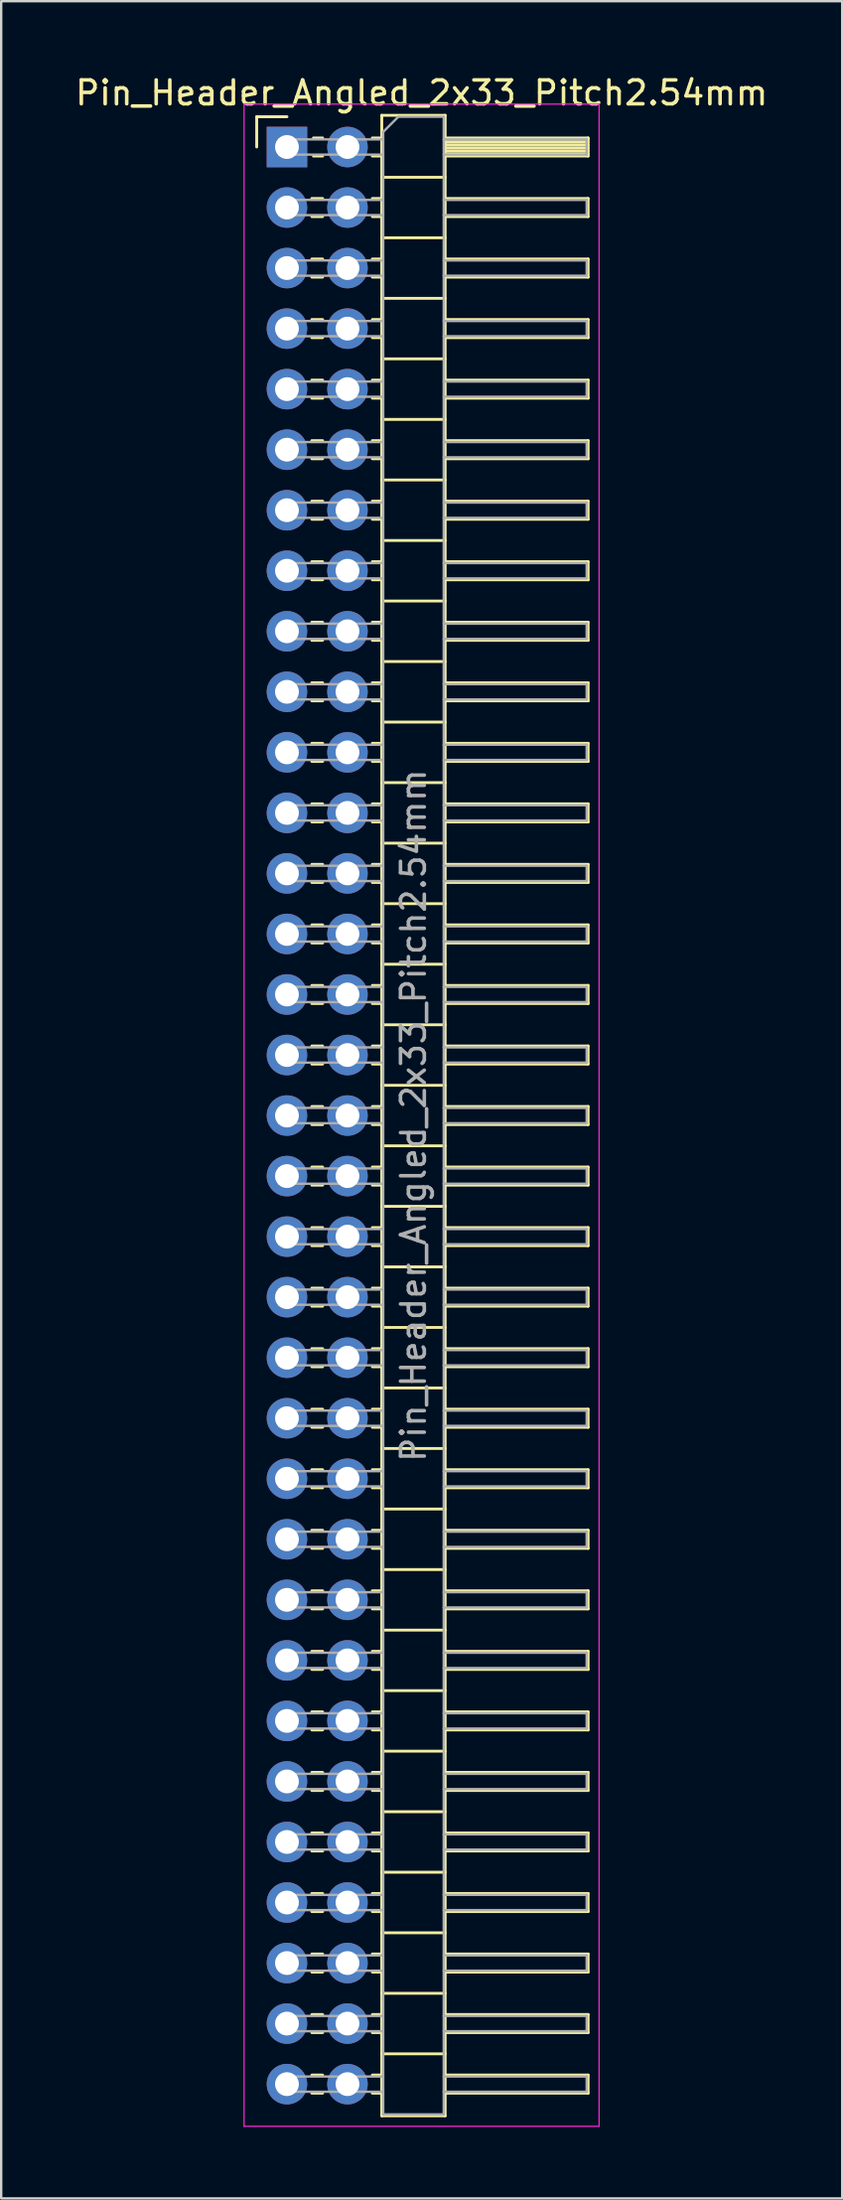
<source format=kicad_pcb>
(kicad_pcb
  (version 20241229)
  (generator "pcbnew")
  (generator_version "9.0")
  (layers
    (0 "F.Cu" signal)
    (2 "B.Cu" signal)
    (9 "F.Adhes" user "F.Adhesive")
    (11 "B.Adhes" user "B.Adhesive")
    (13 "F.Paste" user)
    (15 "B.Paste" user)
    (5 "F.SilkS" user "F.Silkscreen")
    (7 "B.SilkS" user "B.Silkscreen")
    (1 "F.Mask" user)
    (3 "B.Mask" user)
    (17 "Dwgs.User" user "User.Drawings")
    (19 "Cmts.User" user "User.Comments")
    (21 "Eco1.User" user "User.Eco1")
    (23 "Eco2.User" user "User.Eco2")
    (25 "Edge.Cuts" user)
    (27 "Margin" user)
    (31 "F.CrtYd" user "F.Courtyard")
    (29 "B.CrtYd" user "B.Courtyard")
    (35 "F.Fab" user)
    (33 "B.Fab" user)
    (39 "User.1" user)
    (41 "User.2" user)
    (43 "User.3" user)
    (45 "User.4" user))
  (footprint "Pin_Header_Angled_2x33_Pitch2.54mm"
    (layer "F.Cu")
    (at 8.994 3.118)
    (property "Reference" "Pin_Header_Angled_2x33_Pitch2.54mm" (at 5.655 -2.27 0) (layer "F.SilkS") (effects (font (size 1 1) (thickness 0.15))))
    (attr through_hole)
    (fp_line (start -1.27 -1.27) (end 0 -1.27) (stroke (width 0.12) (type solid)) (layer "F.SilkS"))
    (fp_line (start -1.27 0) (end -1.27 -1.27) (stroke (width 0.12) (type solid)) (layer "F.SilkS"))
    (fp_line (start 1.043 2.16) (end 1.497 2.16) (stroke (width 0.12) (type solid)) (layer "F.SilkS"))
    (fp_line (start 1.043 2.92) (end 1.497 2.92) (stroke (width 0.12) (type solid)) (layer "F.SilkS"))
    (fp_line (start 1.043 4.7) (end 1.497 4.7) (stroke (width 0.12) (type solid)) (layer "F.SilkS"))
    (fp_line (start 1.043 5.46) (end 1.497 5.46) (stroke (width 0.12) (type solid)) (layer "F.SilkS"))
    (fp_line (start 1.043 7.24) (end 1.497 7.24) (stroke (width 0.12) (type solid)) (layer "F.SilkS"))
    (fp_line (start 1.043 8) (end 1.497 8) (stroke (width 0.12) (type solid)) (layer "F.SilkS"))
    (fp_line (start 1.043 9.78) (end 1.497 9.78) (stroke (width 0.12) (type solid)) (layer "F.SilkS"))
    (fp_line (start 1.043 10.54) (end 1.497 10.54) (stroke (width 0.12) (type solid)) (layer "F.SilkS"))
    (fp_line (start 1.043 12.32) (end 1.497 12.32) (stroke (width 0.12) (type solid)) (layer "F.SilkS"))
    (fp_line (start 1.043 13.08) (end 1.497 13.08) (stroke (width 0.12) (type solid)) (layer "F.SilkS"))
    (fp_line (start 1.043 14.86) (end 1.497 14.86) (stroke (width 0.12) (type solid)) (layer "F.SilkS"))
    (fp_line (start 1.043 15.62) (end 1.497 15.62) (stroke (width 0.12) (type solid)) (layer "F.SilkS"))
    (fp_line (start 1.043 17.4) (end 1.497 17.4) (stroke (width 0.12) (type solid)) (layer "F.SilkS"))
    (fp_line (start 1.043 18.16) (end 1.497 18.16) (stroke (width 0.12) (type solid)) (layer "F.SilkS"))
    (fp_line (start 1.043 19.94) (end 1.497 19.94) (stroke (width 0.12) (type solid)) (layer "F.SilkS"))
    (fp_line (start 1.043 20.7) (end 1.497 20.7) (stroke (width 0.12) (type solid)) (layer "F.SilkS"))
    (fp_line (start 1.043 22.48) (end 1.497 22.48) (stroke (width 0.12) (type solid)) (layer "F.SilkS"))
    (fp_line (start 1.043 23.24) (end 1.497 23.24) (stroke (width 0.12) (type solid)) (layer "F.SilkS"))
    (fp_line (start 1.043 25.02) (end 1.497 25.02) (stroke (width 0.12) (type solid)) (layer "F.SilkS"))
    (fp_line (start 1.043 25.78) (end 1.497 25.78) (stroke (width 0.12) (type solid)) (layer "F.SilkS"))
    (fp_line (start 1.043 27.56) (end 1.497 27.56) (stroke (width 0.12) (type solid)) (layer "F.SilkS"))
    (fp_line (start 1.043 28.32) (end 1.497 28.32) (stroke (width 0.12) (type solid)) (layer "F.SilkS"))
    (fp_line (start 1.043 30.1) (end 1.497 30.1) (stroke (width 0.12) (type solid)) (layer "F.SilkS"))
    (fp_line (start 1.043 30.86) (end 1.497 30.86) (stroke (width 0.12) (type solid)) (layer "F.SilkS"))
    (fp_line (start 1.043 32.64) (end 1.497 32.64) (stroke (width 0.12) (type solid)) (layer "F.SilkS"))
    (fp_line (start 1.043 33.4) (end 1.497 33.4) (stroke (width 0.12) (type solid)) (layer "F.SilkS"))
    (fp_line (start 1.043 35.18) (end 1.497 35.18) (stroke (width 0.12) (type solid)) (layer "F.SilkS"))
    (fp_line (start 1.043 35.94) (end 1.497 35.94) (stroke (width 0.12) (type solid)) (layer "F.SilkS"))
    (fp_line (start 1.043 37.72) (end 1.497 37.72) (stroke (width 0.12) (type solid)) (layer "F.SilkS"))
    (fp_line (start 1.043 38.48) (end 1.497 38.48) (stroke (width 0.12) (type solid)) (layer "F.SilkS"))
    (fp_line (start 1.043 40.26) (end 1.497 40.26) (stroke (width 0.12) (type solid)) (layer "F.SilkS"))
    (fp_line (start 1.043 41.02) (end 1.497 41.02) (stroke (width 0.12) (type solid)) (layer "F.SilkS"))
    (fp_line (start 1.043 42.8) (end 1.497 42.8) (stroke (width 0.12) (type solid)) (layer "F.SilkS"))
    (fp_line (start 1.043 43.56) (end 1.497 43.56) (stroke (width 0.12) (type solid)) (layer "F.SilkS"))
    (fp_line (start 1.043 45.34) (end 1.497 45.34) (stroke (width 0.12) (type solid)) (layer "F.SilkS"))
    (fp_line (start 1.043 46.1) (end 1.497 46.1) (stroke (width 0.12) (type solid)) (layer "F.SilkS"))
    (fp_line (start 1.043 47.88) (end 1.497 47.88) (stroke (width 0.12) (type solid)) (layer "F.SilkS"))
    (fp_line (start 1.043 48.64) (end 1.497 48.64) (stroke (width 0.12) (type solid)) (layer "F.SilkS"))
    (fp_line (start 1.043 50.42) (end 1.497 50.42) (stroke (width 0.12) (type solid)) (layer "F.SilkS"))
    (fp_line (start 1.043 51.18) (end 1.497 51.18) (stroke (width 0.12) (type solid)) (layer "F.SilkS"))
    (fp_line (start 1.043 52.96) (end 1.497 52.96) (stroke (width 0.12) (type solid)) (layer "F.SilkS"))
    (fp_line (start 1.043 53.72) (end 1.497 53.72) (stroke (width 0.12) (type solid)) (layer "F.SilkS"))
    (fp_line (start 1.043 55.5) (end 1.497 55.5) (stroke (width 0.12) (type solid)) (layer "F.SilkS"))
    (fp_line (start 1.043 56.26) (end 1.497 56.26) (stroke (width 0.12) (type solid)) (layer "F.SilkS"))
    (fp_line (start 1.043 58.04) (end 1.497 58.04) (stroke (width 0.12) (type solid)) (layer "F.SilkS"))
    (fp_line (start 1.043 58.8) (end 1.497 58.8) (stroke (width 0.12) (type solid)) (layer "F.SilkS"))
    (fp_line (start 1.043 60.58) (end 1.497 60.58) (stroke (width 0.12) (type solid)) (layer "F.SilkS"))
    (fp_line (start 1.043 61.34) (end 1.497 61.34) (stroke (width 0.12) (type solid)) (layer "F.SilkS"))
    (fp_line (start 1.043 63.12) (end 1.497 63.12) (stroke (width 0.12) (type solid)) (layer "F.SilkS"))
    (fp_line (start 1.043 63.88) (end 1.497 63.88) (stroke (width 0.12) (type solid)) (layer "F.SilkS"))
    (fp_line (start 1.043 65.66) (end 1.497 65.66) (stroke (width 0.12) (type solid)) (layer "F.SilkS"))
    (fp_line (start 1.043 66.42) (end 1.497 66.42) (stroke (width 0.12) (type solid)) (layer "F.SilkS"))
    (fp_line (start 1.043 68.2) (end 1.497 68.2) (stroke (width 0.12) (type solid)) (layer "F.SilkS"))
    (fp_line (start 1.043 68.96) (end 1.497 68.96) (stroke (width 0.12) (type solid)) (layer "F.SilkS"))
    (fp_line (start 1.043 70.74) (end 1.497 70.74) (stroke (width 0.12) (type solid)) (layer "F.SilkS"))
    (fp_line (start 1.043 71.5) (end 1.497 71.5) (stroke (width 0.12) (type solid)) (layer "F.SilkS"))
    (fp_line (start 1.043 73.28) (end 1.497 73.28) (stroke (width 0.12) (type solid)) (layer "F.SilkS"))
    (fp_line (start 1.043 74.04) (end 1.497 74.04) (stroke (width 0.12) (type solid)) (layer "F.SilkS"))
    (fp_line (start 1.043 75.82) (end 1.497 75.82) (stroke (width 0.12) (type solid)) (layer "F.SilkS"))
    (fp_line (start 1.043 76.58) (end 1.497 76.58) (stroke (width 0.12) (type solid)) (layer "F.SilkS"))
    (fp_line (start 1.043 78.36) (end 1.497 78.36) (stroke (width 0.12) (type solid)) (layer "F.SilkS"))
    (fp_line (start 1.043 79.12) (end 1.497 79.12) (stroke (width 0.12) (type solid)) (layer "F.SilkS"))
    (fp_line (start 1.043 80.9) (end 1.497 80.9) (stroke (width 0.12) (type solid)) (layer "F.SilkS"))
    (fp_line (start 1.043 81.66) (end 1.497 81.66) (stroke (width 0.12) (type solid)) (layer "F.SilkS"))
    (fp_line (start 1.11 -0.38) (end 1.497 -0.38) (stroke (width 0.12) (type solid)) (layer "F.SilkS"))
    (fp_line (start 1.11 0.38) (end 1.497 0.38) (stroke (width 0.12) (type solid)) (layer "F.SilkS"))
    (fp_line (start 3.583 -0.38) (end 3.98 -0.38) (stroke (width 0.12) (type solid)) (layer "F.SilkS"))
    (fp_line (start 3.583 0.38) (end 3.98 0.38) (stroke (width 0.12) (type solid)) (layer "F.SilkS"))
    (fp_line (start 3.583 2.16) (end 3.98 2.16) (stroke (width 0.12) (type solid)) (layer "F.SilkS"))
    (fp_line (start 3.583 2.92) (end 3.98 2.92) (stroke (width 0.12) (type solid)) (layer "F.SilkS"))
    (fp_line (start 3.583 4.7) (end 3.98 4.7) (stroke (width 0.12) (type solid)) (layer "F.SilkS"))
    (fp_line (start 3.583 5.46) (end 3.98 5.46) (stroke (width 0.12) (type solid)) (layer "F.SilkS"))
    (fp_line (start 3.583 7.24) (end 3.98 7.24) (stroke (width 0.12) (type solid)) (layer "F.SilkS"))
    (fp_line (start 3.583 8) (end 3.98 8) (stroke (width 0.12) (type solid)) (layer "F.SilkS"))
    (fp_line (start 3.583 9.78) (end 3.98 9.78) (stroke (width 0.12) (type solid)) (layer "F.SilkS"))
    (fp_line (start 3.583 10.54) (end 3.98 10.54) (stroke (width 0.12) (type solid)) (layer "F.SilkS"))
    (fp_line (start 3.583 12.32) (end 3.98 12.32) (stroke (width 0.12) (type solid)) (layer "F.SilkS"))
    (fp_line (start 3.583 13.08) (end 3.98 13.08) (stroke (width 0.12) (type solid)) (layer "F.SilkS"))
    (fp_line (start 3.583 14.86) (end 3.98 14.86) (stroke (width 0.12) (type solid)) (layer "F.SilkS"))
    (fp_line (start 3.583 15.62) (end 3.98 15.62) (stroke (width 0.12) (type solid)) (layer "F.SilkS"))
    (fp_line (start 3.583 17.4) (end 3.98 17.4) (stroke (width 0.12) (type solid)) (layer "F.SilkS"))
    (fp_line (start 3.583 18.16) (end 3.98 18.16) (stroke (width 0.12) (type solid)) (layer "F.SilkS"))
    (fp_line (start 3.583 19.94) (end 3.98 19.94) (stroke (width 0.12) (type solid)) (layer "F.SilkS"))
    (fp_line (start 3.583 20.7) (end 3.98 20.7) (stroke (width 0.12) (type solid)) (layer "F.SilkS"))
    (fp_line (start 3.583 22.48) (end 3.98 22.48) (stroke (width 0.12) (type solid)) (layer "F.SilkS"))
    (fp_line (start 3.583 23.24) (end 3.98 23.24) (stroke (width 0.12) (type solid)) (layer "F.SilkS"))
    (fp_line (start 3.583 25.02) (end 3.98 25.02) (stroke (width 0.12) (type solid)) (layer "F.SilkS"))
    (fp_line (start 3.583 25.78) (end 3.98 25.78) (stroke (width 0.12) (type solid)) (layer "F.SilkS"))
    (fp_line (start 3.583 27.56) (end 3.98 27.56) (stroke (width 0.12) (type solid)) (layer "F.SilkS"))
    (fp_line (start 3.583 28.32) (end 3.98 28.32) (stroke (width 0.12) (type solid)) (layer "F.SilkS"))
    (fp_line (start 3.583 30.1) (end 3.98 30.1) (stroke (width 0.12) (type solid)) (layer "F.SilkS"))
    (fp_line (start 3.583 30.86) (end 3.98 30.86) (stroke (width 0.12) (type solid)) (layer "F.SilkS"))
    (fp_line (start 3.583 32.64) (end 3.98 32.64) (stroke (width 0.12) (type solid)) (layer "F.SilkS"))
    (fp_line (start 3.583 33.4) (end 3.98 33.4) (stroke (width 0.12) (type solid)) (layer "F.SilkS"))
    (fp_line (start 3.583 35.18) (end 3.98 35.18) (stroke (width 0.12) (type solid)) (layer "F.SilkS"))
    (fp_line (start 3.583 35.94) (end 3.98 35.94) (stroke (width 0.12) (type solid)) (layer "F.SilkS"))
    (fp_line (start 3.583 37.72) (end 3.98 37.72) (stroke (width 0.12) (type solid)) (layer "F.SilkS"))
    (fp_line (start 3.583 38.48) (end 3.98 38.48) (stroke (width 0.12) (type solid)) (layer "F.SilkS"))
    (fp_line (start 3.583 40.26) (end 3.98 40.26) (stroke (width 0.12) (type solid)) (layer "F.SilkS"))
    (fp_line (start 3.583 41.02) (end 3.98 41.02) (stroke (width 0.12) (type solid)) (layer "F.SilkS"))
    (fp_line (start 3.583 42.8) (end 3.98 42.8) (stroke (width 0.12) (type solid)) (layer "F.SilkS"))
    (fp_line (start 3.583 43.56) (end 3.98 43.56) (stroke (width 0.12) (type solid)) (layer "F.SilkS"))
    (fp_line (start 3.583 45.34) (end 3.98 45.34) (stroke (width 0.12) (type solid)) (layer "F.SilkS"))
    (fp_line (start 3.583 46.1) (end 3.98 46.1) (stroke (width 0.12) (type solid)) (layer "F.SilkS"))
    (fp_line (start 3.583 47.88) (end 3.98 47.88) (stroke (width 0.12) (type solid)) (layer "F.SilkS"))
    (fp_line (start 3.583 48.64) (end 3.98 48.64) (stroke (width 0.12) (type solid)) (layer "F.SilkS"))
    (fp_line (start 3.583 50.42) (end 3.98 50.42) (stroke (width 0.12) (type solid)) (layer "F.SilkS"))
    (fp_line (start 3.583 51.18) (end 3.98 51.18) (stroke (width 0.12) (type solid)) (layer "F.SilkS"))
    (fp_line (start 3.583 52.96) (end 3.98 52.96) (stroke (width 0.12) (type solid)) (layer "F.SilkS"))
    (fp_line (start 3.583 53.72) (end 3.98 53.72) (stroke (width 0.12) (type solid)) (layer "F.SilkS"))
    (fp_line (start 3.583 55.5) (end 3.98 55.5) (stroke (width 0.12) (type solid)) (layer "F.SilkS"))
    (fp_line (start 3.583 56.26) (end 3.98 56.26) (stroke (width 0.12) (type solid)) (layer "F.SilkS"))
    (fp_line (start 3.583 58.04) (end 3.98 58.04) (stroke (width 0.12) (type solid)) (layer "F.SilkS"))
    (fp_line (start 3.583 58.8) (end 3.98 58.8) (stroke (width 0.12) (type solid)) (layer "F.SilkS"))
    (fp_line (start 3.583 60.58) (end 3.98 60.58) (stroke (width 0.12) (type solid)) (layer "F.SilkS"))
    (fp_line (start 3.583 61.34) (end 3.98 61.34) (stroke (width 0.12) (type solid)) (layer "F.SilkS"))
    (fp_line (start 3.583 63.12) (end 3.98 63.12) (stroke (width 0.12) (type solid)) (layer "F.SilkS"))
    (fp_line (start 3.583 63.88) (end 3.98 63.88) (stroke (width 0.12) (type solid)) (layer "F.SilkS"))
    (fp_line (start 3.583 65.66) (end 3.98 65.66) (stroke (width 0.12) (type solid)) (layer "F.SilkS"))
    (fp_line (start 3.583 66.42) (end 3.98 66.42) (stroke (width 0.12) (type solid)) (layer "F.SilkS"))
    (fp_line (start 3.583 68.2) (end 3.98 68.2) (stroke (width 0.12) (type solid)) (layer "F.SilkS"))
    (fp_line (start 3.583 68.96) (end 3.98 68.96) (stroke (width 0.12) (type solid)) (layer "F.SilkS"))
    (fp_line (start 3.583 70.74) (end 3.98 70.74) (stroke (width 0.12) (type solid)) (layer "F.SilkS"))
    (fp_line (start 3.583 71.5) (end 3.98 71.5) (stroke (width 0.12) (type solid)) (layer "F.SilkS"))
    (fp_line (start 3.583 73.28) (end 3.98 73.28) (stroke (width 0.12) (type solid)) (layer "F.SilkS"))
    (fp_line (start 3.583 74.04) (end 3.98 74.04) (stroke (width 0.12) (type solid)) (layer "F.SilkS"))
    (fp_line (start 3.583 75.82) (end 3.98 75.82) (stroke (width 0.12) (type solid)) (layer "F.SilkS"))
    (fp_line (start 3.583 76.58) (end 3.98 76.58) (stroke (width 0.12) (type solid)) (layer "F.SilkS"))
    (fp_line (start 3.583 78.36) (end 3.98 78.36) (stroke (width 0.12) (type solid)) (layer "F.SilkS"))
    (fp_line (start 3.583 79.12) (end 3.98 79.12) (stroke (width 0.12) (type solid)) (layer "F.SilkS"))
    (fp_line (start 3.583 80.9) (end 3.98 80.9) (stroke (width 0.12) (type solid)) (layer "F.SilkS"))
    (fp_line (start 3.583 81.66) (end 3.98 81.66) (stroke (width 0.12) (type solid)) (layer "F.SilkS"))
    (fp_line (start 3.98 -1.33) (end 3.98 82.61) (stroke (width 0.12) (type solid)) (layer "F.SilkS"))
    (fp_line (start 3.98 1.27) (end 6.64 1.27) (stroke (width 0.12) (type solid)) (layer "F.SilkS"))
    (fp_line (start 3.98 3.81) (end 6.64 3.81) (stroke (width 0.12) (type solid)) (layer "F.SilkS"))
    (fp_line (start 3.98 6.35) (end 6.64 6.35) (stroke (width 0.12) (type solid)) (layer "F.SilkS"))
    (fp_line (start 3.98 8.89) (end 6.64 8.89) (stroke (width 0.12) (type solid)) (layer "F.SilkS"))
    (fp_line (start 3.98 11.43) (end 6.64 11.43) (stroke (width 0.12) (type solid)) (layer "F.SilkS"))
    (fp_line (start 3.98 13.97) (end 6.64 13.97) (stroke (width 0.12) (type solid)) (layer "F.SilkS"))
    (fp_line (start 3.98 16.51) (end 6.64 16.51) (stroke (width 0.12) (type solid)) (layer "F.SilkS"))
    (fp_line (start 3.98 19.05) (end 6.64 19.05) (stroke (width 0.12) (type solid)) (layer "F.SilkS"))
    (fp_line (start 3.98 21.59) (end 6.64 21.59) (stroke (width 0.12) (type solid)) (layer "F.SilkS"))
    (fp_line (start 3.98 24.13) (end 6.64 24.13) (stroke (width 0.12) (type solid)) (layer "F.SilkS"))
    (fp_line (start 3.98 26.67) (end 6.64 26.67) (stroke (width 0.12) (type solid)) (layer "F.SilkS"))
    (fp_line (start 3.98 29.21) (end 6.64 29.21) (stroke (width 0.12) (type solid)) (layer "F.SilkS"))
    (fp_line (start 3.98 31.75) (end 6.64 31.75) (stroke (width 0.12) (type solid)) (layer "F.SilkS"))
    (fp_line (start 3.98 34.29) (end 6.64 34.29) (stroke (width 0.12) (type solid)) (layer "F.SilkS"))
    (fp_line (start 3.98 36.83) (end 6.64 36.83) (stroke (width 0.12) (type solid)) (layer "F.SilkS"))
    (fp_line (start 3.98 39.37) (end 6.64 39.37) (stroke (width 0.12) (type solid)) (layer "F.SilkS"))
    (fp_line (start 3.98 41.91) (end 6.64 41.91) (stroke (width 0.12) (type solid)) (layer "F.SilkS"))
    (fp_line (start 3.98 44.45) (end 6.64 44.45) (stroke (width 0.12) (type solid)) (layer "F.SilkS"))
    (fp_line (start 3.98 46.99) (end 6.64 46.99) (stroke (width 0.12) (type solid)) (layer "F.SilkS"))
    (fp_line (start 3.98 49.53) (end 6.64 49.53) (stroke (width 0.12) (type solid)) (layer "F.SilkS"))
    (fp_line (start 3.98 52.07) (end 6.64 52.07) (stroke (width 0.12) (type solid)) (layer "F.SilkS"))
    (fp_line (start 3.98 54.61) (end 6.64 54.61) (stroke (width 0.12) (type solid)) (layer "F.SilkS"))
    (fp_line (start 3.98 57.15) (end 6.64 57.15) (stroke (width 0.12) (type solid)) (layer "F.SilkS"))
    (fp_line (start 3.98 59.69) (end 6.64 59.69) (stroke (width 0.12) (type solid)) (layer "F.SilkS"))
    (fp_line (start 3.98 62.23) (end 6.64 62.23) (stroke (width 0.12) (type solid)) (layer "F.SilkS"))
    (fp_line (start 3.98 64.77) (end 6.64 64.77) (stroke (width 0.12) (type solid)) (layer "F.SilkS"))
    (fp_line (start 3.98 67.31) (end 6.64 67.31) (stroke (width 0.12) (type solid)) (layer "F.SilkS"))
    (fp_line (start 3.98 69.85) (end 6.64 69.85) (stroke (width 0.12) (type solid)) (layer "F.SilkS"))
    (fp_line (start 3.98 72.39) (end 6.64 72.39) (stroke (width 0.12) (type solid)) (layer "F.SilkS"))
    (fp_line (start 3.98 74.93) (end 6.64 74.93) (stroke (width 0.12) (type solid)) (layer "F.SilkS"))
    (fp_line (start 3.98 77.47) (end 6.64 77.47) (stroke (width 0.12) (type solid)) (layer "F.SilkS"))
    (fp_line (start 3.98 80.01) (end 6.64 80.01) (stroke (width 0.12) (type solid)) (layer "F.SilkS"))
    (fp_line (start 3.98 82.61) (end 6.64 82.61) (stroke (width 0.12) (type solid)) (layer "F.SilkS"))
    (fp_line (start 6.64 -1.33) (end 3.98 -1.33) (stroke (width 0.12) (type solid)) (layer "F.SilkS"))
    (fp_line (start 6.64 -0.38) (end 12.64 -0.38) (stroke (width 0.12) (type solid)) (layer "F.SilkS"))
    (fp_line (start 6.64 -0.32) (end 12.64 -0.32) (stroke (width 0.12) (type solid)) (layer "F.SilkS"))
    (fp_line (start 6.64 -0.2) (end 12.64 -0.2) (stroke (width 0.12) (type solid)) (layer "F.SilkS"))
    (fp_line (start 6.64 -0.08) (end 12.64 -0.08) (stroke (width 0.12) (type solid)) (layer "F.SilkS"))
    (fp_line (start 6.64 0.04) (end 12.64 0.04) (stroke (width 0.12) (type solid)) (layer "F.SilkS"))
    (fp_line (start 6.64 0.16) (end 12.64 0.16) (stroke (width 0.12) (type solid)) (layer "F.SilkS"))
    (fp_line (start 6.64 0.28) (end 12.64 0.28) (stroke (width 0.12) (type solid)) (layer "F.SilkS"))
    (fp_line (start 6.64 2.16) (end 12.64 2.16) (stroke (width 0.12) (type solid)) (layer "F.SilkS"))
    (fp_line (start 6.64 4.7) (end 12.64 4.7) (stroke (width 0.12) (type solid)) (layer "F.SilkS"))
    (fp_line (start 6.64 7.24) (end 12.64 7.24) (stroke (width 0.12) (type solid)) (layer "F.SilkS"))
    (fp_line (start 6.64 9.78) (end 12.64 9.78) (stroke (width 0.12) (type solid)) (layer "F.SilkS"))
    (fp_line (start 6.64 12.32) (end 12.64 12.32) (stroke (width 0.12) (type solid)) (layer "F.SilkS"))
    (fp_line (start 6.64 14.86) (end 12.64 14.86) (stroke (width 0.12) (type solid)) (layer "F.SilkS"))
    (fp_line (start 6.64 17.4) (end 12.64 17.4) (stroke (width 0.12) (type solid)) (layer "F.SilkS"))
    (fp_line (start 6.64 19.94) (end 12.64 19.94) (stroke (width 0.12) (type solid)) (layer "F.SilkS"))
    (fp_line (start 6.64 22.48) (end 12.64 22.48) (stroke (width 0.12) (type solid)) (layer "F.SilkS"))
    (fp_line (start 6.64 25.02) (end 12.64 25.02) (stroke (width 0.12) (type solid)) (layer "F.SilkS"))
    (fp_line (start 6.64 27.56) (end 12.64 27.56) (stroke (width 0.12) (type solid)) (layer "F.SilkS"))
    (fp_line (start 6.64 30.1) (end 12.64 30.1) (stroke (width 0.12) (type solid)) (layer "F.SilkS"))
    (fp_line (start 6.64 32.64) (end 12.64 32.64) (stroke (width 0.12) (type solid)) (layer "F.SilkS"))
    (fp_line (start 6.64 35.18) (end 12.64 35.18) (stroke (width 0.12) (type solid)) (layer "F.SilkS"))
    (fp_line (start 6.64 37.72) (end 12.64 37.72) (stroke (width 0.12) (type solid)) (layer "F.SilkS"))
    (fp_line (start 6.64 40.26) (end 12.64 40.26) (stroke (width 0.12) (type solid)) (layer "F.SilkS"))
    (fp_line (start 6.64 42.8) (end 12.64 42.8) (stroke (width 0.12) (type solid)) (layer "F.SilkS"))
    (fp_line (start 6.64 45.34) (end 12.64 45.34) (stroke (width 0.12) (type solid)) (layer "F.SilkS"))
    (fp_line (start 6.64 47.88) (end 12.64 47.88) (stroke (width 0.12) (type solid)) (layer "F.SilkS"))
    (fp_line (start 6.64 50.42) (end 12.64 50.42) (stroke (width 0.12) (type solid)) (layer "F.SilkS"))
    (fp_line (start 6.64 52.96) (end 12.64 52.96) (stroke (width 0.12) (type solid)) (layer "F.SilkS"))
    (fp_line (start 6.64 55.5) (end 12.64 55.5) (stroke (width 0.12) (type solid)) (layer "F.SilkS"))
    (fp_line (start 6.64 58.04) (end 12.64 58.04) (stroke (width 0.12) (type solid)) (layer "F.SilkS"))
    (fp_line (start 6.64 60.58) (end 12.64 60.58) (stroke (width 0.12) (type solid)) (layer "F.SilkS"))
    (fp_line (start 6.64 63.12) (end 12.64 63.12) (stroke (width 0.12) (type solid)) (layer "F.SilkS"))
    (fp_line (start 6.64 65.66) (end 12.64 65.66) (stroke (width 0.12) (type solid)) (layer "F.SilkS"))
    (fp_line (start 6.64 68.2) (end 12.64 68.2) (stroke (width 0.12) (type solid)) (layer "F.SilkS"))
    (fp_line (start 6.64 70.74) (end 12.64 70.74) (stroke (width 0.12) (type solid)) (layer "F.SilkS"))
    (fp_line (start 6.64 73.28) (end 12.64 73.28) (stroke (width 0.12) (type solid)) (layer "F.SilkS"))
    (fp_line (start 6.64 75.82) (end 12.64 75.82) (stroke (width 0.12) (type solid)) (layer "F.SilkS"))
    (fp_line (start 6.64 78.36) (end 12.64 78.36) (stroke (width 0.12) (type solid)) (layer "F.SilkS"))
    (fp_line (start 6.64 80.9) (end 12.64 80.9) (stroke (width 0.12) (type solid)) (layer "F.SilkS"))
    (fp_line (start 6.64 82.61) (end 6.64 -1.33) (stroke (width 0.12) (type solid)) (layer "F.SilkS"))
    (fp_line (start 12.64 -0.38) (end 12.64 0.38) (stroke (width 0.12) (type solid)) (layer "F.SilkS"))
    (fp_line (start 12.64 0.38) (end 6.64 0.38) (stroke (width 0.12) (type solid)) (layer "F.SilkS"))
    (fp_line (start 12.64 2.16) (end 12.64 2.92) (stroke (width 0.12) (type solid)) (layer "F.SilkS"))
    (fp_line (start 12.64 2.92) (end 6.64 2.92) (stroke (width 0.12) (type solid)) (layer "F.SilkS"))
    (fp_line (start 12.64 4.7) (end 12.64 5.46) (stroke (width 0.12) (type solid)) (layer "F.SilkS"))
    (fp_line (start 12.64 5.46) (end 6.64 5.46) (stroke (width 0.12) (type solid)) (layer "F.SilkS"))
    (fp_line (start 12.64 7.24) (end 12.64 8) (stroke (width 0.12) (type solid)) (layer "F.SilkS"))
    (fp_line (start 12.64 8) (end 6.64 8) (stroke (width 0.12) (type solid)) (layer "F.SilkS"))
    (fp_line (start 12.64 9.78) (end 12.64 10.54) (stroke (width 0.12) (type solid)) (layer "F.SilkS"))
    (fp_line (start 12.64 10.54) (end 6.64 10.54) (stroke (width 0.12) (type solid)) (layer "F.SilkS"))
    (fp_line (start 12.64 12.32) (end 12.64 13.08) (stroke (width 0.12) (type solid)) (layer "F.SilkS"))
    (fp_line (start 12.64 13.08) (end 6.64 13.08) (stroke (width 0.12) (type solid)) (layer "F.SilkS"))
    (fp_line (start 12.64 14.86) (end 12.64 15.62) (stroke (width 0.12) (type solid)) (layer "F.SilkS"))
    (fp_line (start 12.64 15.62) (end 6.64 15.62) (stroke (width 0.12) (type solid)) (layer "F.SilkS"))
    (fp_line (start 12.64 17.4) (end 12.64 18.16) (stroke (width 0.12) (type solid)) (layer "F.SilkS"))
    (fp_line (start 12.64 18.16) (end 6.64 18.16) (stroke (width 0.12) (type solid)) (layer "F.SilkS"))
    (fp_line (start 12.64 19.94) (end 12.64 20.7) (stroke (width 0.12) (type solid)) (layer "F.SilkS"))
    (fp_line (start 12.64 20.7) (end 6.64 20.7) (stroke (width 0.12) (type solid)) (layer "F.SilkS"))
    (fp_line (start 12.64 22.48) (end 12.64 23.24) (stroke (width 0.12) (type solid)) (layer "F.SilkS"))
    (fp_line (start 12.64 23.24) (end 6.64 23.24) (stroke (width 0.12) (type solid)) (layer "F.SilkS"))
    (fp_line (start 12.64 25.02) (end 12.64 25.78) (stroke (width 0.12) (type solid)) (layer "F.SilkS"))
    (fp_line (start 12.64 25.78) (end 6.64 25.78) (stroke (width 0.12) (type solid)) (layer "F.SilkS"))
    (fp_line (start 12.64 27.56) (end 12.64 28.32) (stroke (width 0.12) (type solid)) (layer "F.SilkS"))
    (fp_line (start 12.64 28.32) (end 6.64 28.32) (stroke (width 0.12) (type solid)) (layer "F.SilkS"))
    (fp_line (start 12.64 30.1) (end 12.64 30.86) (stroke (width 0.12) (type solid)) (layer "F.SilkS"))
    (fp_line (start 12.64 30.86) (end 6.64 30.86) (stroke (width 0.12) (type solid)) (layer "F.SilkS"))
    (fp_line (start 12.64 32.64) (end 12.64 33.4) (stroke (width 0.12) (type solid)) (layer "F.SilkS"))
    (fp_line (start 12.64 33.4) (end 6.64 33.4) (stroke (width 0.12) (type solid)) (layer "F.SilkS"))
    (fp_line (start 12.64 35.18) (end 12.64 35.94) (stroke (width 0.12) (type solid)) (layer "F.SilkS"))
    (fp_line (start 12.64 35.94) (end 6.64 35.94) (stroke (width 0.12) (type solid)) (layer "F.SilkS"))
    (fp_line (start 12.64 37.72) (end 12.64 38.48) (stroke (width 0.12) (type solid)) (layer "F.SilkS"))
    (fp_line (start 12.64 38.48) (end 6.64 38.48) (stroke (width 0.12) (type solid)) (layer "F.SilkS"))
    (fp_line (start 12.64 40.26) (end 12.64 41.02) (stroke (width 0.12) (type solid)) (layer "F.SilkS"))
    (fp_line (start 12.64 41.02) (end 6.64 41.02) (stroke (width 0.12) (type solid)) (layer "F.SilkS"))
    (fp_line (start 12.64 42.8) (end 12.64 43.56) (stroke (width 0.12) (type solid)) (layer "F.SilkS"))
    (fp_line (start 12.64 43.56) (end 6.64 43.56) (stroke (width 0.12) (type solid)) (layer "F.SilkS"))
    (fp_line (start 12.64 45.34) (end 12.64 46.1) (stroke (width 0.12) (type solid)) (layer "F.SilkS"))
    (fp_line (start 12.64 46.1) (end 6.64 46.1) (stroke (width 0.12) (type solid)) (layer "F.SilkS"))
    (fp_line (start 12.64 47.88) (end 12.64 48.64) (stroke (width 0.12) (type solid)) (layer "F.SilkS"))
    (fp_line (start 12.64 48.64) (end 6.64 48.64) (stroke (width 0.12) (type solid)) (layer "F.SilkS"))
    (fp_line (start 12.64 50.42) (end 12.64 51.18) (stroke (width 0.12) (type solid)) (layer "F.SilkS"))
    (fp_line (start 12.64 51.18) (end 6.64 51.18) (stroke (width 0.12) (type solid)) (layer "F.SilkS"))
    (fp_line (start 12.64 52.96) (end 12.64 53.72) (stroke (width 0.12) (type solid)) (layer "F.SilkS"))
    (fp_line (start 12.64 53.72) (end 6.64 53.72) (stroke (width 0.12) (type solid)) (layer "F.SilkS"))
    (fp_line (start 12.64 55.5) (end 12.64 56.26) (stroke (width 0.12) (type solid)) (layer "F.SilkS"))
    (fp_line (start 12.64 56.26) (end 6.64 56.26) (stroke (width 0.12) (type solid)) (layer "F.SilkS"))
    (fp_line (start 12.64 58.04) (end 12.64 58.8) (stroke (width 0.12) (type solid)) (layer "F.SilkS"))
    (fp_line (start 12.64 58.8) (end 6.64 58.8) (stroke (width 0.12) (type solid)) (layer "F.SilkS"))
    (fp_line (start 12.64 60.58) (end 12.64 61.34) (stroke (width 0.12) (type solid)) (layer "F.SilkS"))
    (fp_line (start 12.64 61.34) (end 6.64 61.34) (stroke (width 0.12) (type solid)) (layer "F.SilkS"))
    (fp_line (start 12.64 63.12) (end 12.64 63.88) (stroke (width 0.12) (type solid)) (layer "F.SilkS"))
    (fp_line (start 12.64 63.88) (end 6.64 63.88) (stroke (width 0.12) (type solid)) (layer "F.SilkS"))
    (fp_line (start 12.64 65.66) (end 12.64 66.42) (stroke (width 0.12) (type solid)) (layer "F.SilkS"))
    (fp_line (start 12.64 66.42) (end 6.64 66.42) (stroke (width 0.12) (type solid)) (layer "F.SilkS"))
    (fp_line (start 12.64 68.2) (end 12.64 68.96) (stroke (width 0.12) (type solid)) (layer "F.SilkS"))
    (fp_line (start 12.64 68.96) (end 6.64 68.96) (stroke (width 0.12) (type solid)) (layer "F.SilkS"))
    (fp_line (start 12.64 70.74) (end 12.64 71.5) (stroke (width 0.12) (type solid)) (layer "F.SilkS"))
    (fp_line (start 12.64 71.5) (end 6.64 71.5) (stroke (width 0.12) (type solid)) (layer "F.SilkS"))
    (fp_line (start 12.64 73.28) (end 12.64 74.04) (stroke (width 0.12) (type solid)) (layer "F.SilkS"))
    (fp_line (start 12.64 74.04) (end 6.64 74.04) (stroke (width 0.12) (type solid)) (layer "F.SilkS"))
    (fp_line (start 12.64 75.82) (end 12.64 76.58) (stroke (width 0.12) (type solid)) (layer "F.SilkS"))
    (fp_line (start 12.64 76.58) (end 6.64 76.58) (stroke (width 0.12) (type solid)) (layer "F.SilkS"))
    (fp_line (start 12.64 78.36) (end 12.64 79.12) (stroke (width 0.12) (type solid)) (layer "F.SilkS"))
    (fp_line (start 12.64 79.12) (end 6.64 79.12) (stroke (width 0.12) (type solid)) (layer "F.SilkS"))
    (fp_line (start 12.64 80.9) (end 12.64 81.66) (stroke (width 0.12) (type solid)) (layer "F.SilkS"))
    (fp_line (start 12.64 81.66) (end 6.64 81.66) (stroke (width 0.12) (type solid)) (layer "F.SilkS"))
    (fp_line (start -1.8 -1.8) (end -1.8 83.05) (stroke (width 0.05) (type solid)) (layer "F.CrtYd"))
    (fp_line (start -1.8 83.05) (end 13.1 83.05) (stroke (width 0.05) (type solid)) (layer "F.CrtYd"))
    (fp_line (start 13.1 -1.8) (end -1.8 -1.8) (stroke (width 0.05) (type solid)) (layer "F.CrtYd"))
    (fp_line (start 13.1 83.05) (end 13.1 -1.8) (stroke (width 0.05) (type solid)) (layer "F.CrtYd"))
    (fp_line (start -0.32 -0.32) (end -0.32 0.32) (stroke (width 0.1) (type solid)) (layer "F.Fab"))
    (fp_line (start -0.32 -0.32) (end 4.04 -0.32) (stroke (width 0.1) (type solid)) (layer "F.Fab"))
    (fp_line (start -0.32 0.32) (end 4.04 0.32) (stroke (width 0.1) (type solid)) (layer "F.Fab"))
    (fp_line (start -0.32 2.22) (end -0.32 2.86) (stroke (width 0.1) (type solid)) (layer "F.Fab"))
    (fp_line (start -0.32 2.22) (end 4.04 2.22) (stroke (width 0.1) (type solid)) (layer "F.Fab"))
    (fp_line (start -0.32 2.86) (end 4.04 2.86) (stroke (width 0.1) (type solid)) (layer "F.Fab"))
    (fp_line (start -0.32 4.76) (end -0.32 5.4) (stroke (width 0.1) (type solid)) (layer "F.Fab"))
    (fp_line (start -0.32 4.76) (end 4.04 4.76) (stroke (width 0.1) (type solid)) (layer "F.Fab"))
    (fp_line (start -0.32 5.4) (end 4.04 5.4) (stroke (width 0.1) (type solid)) (layer "F.Fab"))
    (fp_line (start -0.32 7.3) (end -0.32 7.94) (stroke (width 0.1) (type solid)) (layer "F.Fab"))
    (fp_line (start -0.32 7.3) (end 4.04 7.3) (stroke (width 0.1) (type solid)) (layer "F.Fab"))
    (fp_line (start -0.32 7.94) (end 4.04 7.94) (stroke (width 0.1) (type solid)) (layer "F.Fab"))
    (fp_line (start -0.32 9.84) (end -0.32 10.48) (stroke (width 0.1) (type solid)) (layer "F.Fab"))
    (fp_line (start -0.32 9.84) (end 4.04 9.84) (stroke (width 0.1) (type solid)) (layer "F.Fab"))
    (fp_line (start -0.32 10.48) (end 4.04 10.48) (stroke (width 0.1) (type solid)) (layer "F.Fab"))
    (fp_line (start -0.32 12.38) (end -0.32 13.02) (stroke (width 0.1) (type solid)) (layer "F.Fab"))
    (fp_line (start -0.32 12.38) (end 4.04 12.38) (stroke (width 0.1) (type solid)) (layer "F.Fab"))
    (fp_line (start -0.32 13.02) (end 4.04 13.02) (stroke (width 0.1) (type solid)) (layer "F.Fab"))
    (fp_line (start -0.32 14.92) (end -0.32 15.56) (stroke (width 0.1) (type solid)) (layer "F.Fab"))
    (fp_line (start -0.32 14.92) (end 4.04 14.92) (stroke (width 0.1) (type solid)) (layer "F.Fab"))
    (fp_line (start -0.32 15.56) (end 4.04 15.56) (stroke (width 0.1) (type solid)) (layer "F.Fab"))
    (fp_line (start -0.32 17.46) (end -0.32 18.1) (stroke (width 0.1) (type solid)) (layer "F.Fab"))
    (fp_line (start -0.32 17.46) (end 4.04 17.46) (stroke (width 0.1) (type solid)) (layer "F.Fab"))
    (fp_line (start -0.32 18.1) (end 4.04 18.1) (stroke (width 0.1) (type solid)) (layer "F.Fab"))
    (fp_line (start -0.32 20) (end -0.32 20.64) (stroke (width 0.1) (type solid)) (layer "F.Fab"))
    (fp_line (start -0.32 20) (end 4.04 20) (stroke (width 0.1) (type solid)) (layer "F.Fab"))
    (fp_line (start -0.32 20.64) (end 4.04 20.64) (stroke (width 0.1) (type solid)) (layer "F.Fab"))
    (fp_line (start -0.32 22.54) (end -0.32 23.18) (stroke (width 0.1) (type solid)) (layer "F.Fab"))
    (fp_line (start -0.32 22.54) (end 4.04 22.54) (stroke (width 0.1) (type solid)) (layer "F.Fab"))
    (fp_line (start -0.32 23.18) (end 4.04 23.18) (stroke (width 0.1) (type solid)) (layer "F.Fab"))
    (fp_line (start -0.32 25.08) (end -0.32 25.72) (stroke (width 0.1) (type solid)) (layer "F.Fab"))
    (fp_line (start -0.32 25.08) (end 4.04 25.08) (stroke (width 0.1) (type solid)) (layer "F.Fab"))
    (fp_line (start -0.32 25.72) (end 4.04 25.72) (stroke (width 0.1) (type solid)) (layer "F.Fab"))
    (fp_line (start -0.32 27.62) (end -0.32 28.26) (stroke (width 0.1) (type solid)) (layer "F.Fab"))
    (fp_line (start -0.32 27.62) (end 4.04 27.62) (stroke (width 0.1) (type solid)) (layer "F.Fab"))
    (fp_line (start -0.32 28.26) (end 4.04 28.26) (stroke (width 0.1) (type solid)) (layer "F.Fab"))
    (fp_line (start -0.32 30.16) (end -0.32 30.8) (stroke (width 0.1) (type solid)) (layer "F.Fab"))
    (fp_line (start -0.32 30.16) (end 4.04 30.16) (stroke (width 0.1) (type solid)) (layer "F.Fab"))
    (fp_line (start -0.32 30.8) (end 4.04 30.8) (stroke (width 0.1) (type solid)) (layer "F.Fab"))
    (fp_line (start -0.32 32.7) (end -0.32 33.34) (stroke (width 0.1) (type solid)) (layer "F.Fab"))
    (fp_line (start -0.32 32.7) (end 4.04 32.7) (stroke (width 0.1) (type solid)) (layer "F.Fab"))
    (fp_line (start -0.32 33.34) (end 4.04 33.34) (stroke (width 0.1) (type solid)) (layer "F.Fab"))
    (fp_line (start -0.32 35.24) (end -0.32 35.88) (stroke (width 0.1) (type solid)) (layer "F.Fab"))
    (fp_line (start -0.32 35.24) (end 4.04 35.24) (stroke (width 0.1) (type solid)) (layer "F.Fab"))
    (fp_line (start -0.32 35.88) (end 4.04 35.88) (stroke (width 0.1) (type solid)) (layer "F.Fab"))
    (fp_line (start -0.32 37.78) (end -0.32 38.42) (stroke (width 0.1) (type solid)) (layer "F.Fab"))
    (fp_line (start -0.32 37.78) (end 4.04 37.78) (stroke (width 0.1) (type solid)) (layer "F.Fab"))
    (fp_line (start -0.32 38.42) (end 4.04 38.42) (stroke (width 0.1) (type solid)) (layer "F.Fab"))
    (fp_line (start -0.32 40.32) (end -0.32 40.96) (stroke (width 0.1) (type solid)) (layer "F.Fab"))
    (fp_line (start -0.32 40.32) (end 4.04 40.32) (stroke (width 0.1) (type solid)) (layer "F.Fab"))
    (fp_line (start -0.32 40.96) (end 4.04 40.96) (stroke (width 0.1) (type solid)) (layer "F.Fab"))
    (fp_line (start -0.32 42.86) (end -0.32 43.5) (stroke (width 0.1) (type solid)) (layer "F.Fab"))
    (fp_line (start -0.32 42.86) (end 4.04 42.86) (stroke (width 0.1) (type solid)) (layer "F.Fab"))
    (fp_line (start -0.32 43.5) (end 4.04 43.5) (stroke (width 0.1) (type solid)) (layer "F.Fab"))
    (fp_line (start -0.32 45.4) (end -0.32 46.04) (stroke (width 0.1) (type solid)) (layer "F.Fab"))
    (fp_line (start -0.32 45.4) (end 4.04 45.4) (stroke (width 0.1) (type solid)) (layer "F.Fab"))
    (fp_line (start -0.32 46.04) (end 4.04 46.04) (stroke (width 0.1) (type solid)) (layer "F.Fab"))
    (fp_line (start -0.32 47.94) (end -0.32 48.58) (stroke (width 0.1) (type solid)) (layer "F.Fab"))
    (fp_line (start -0.32 47.94) (end 4.04 47.94) (stroke (width 0.1) (type solid)) (layer "F.Fab"))
    (fp_line (start -0.32 48.58) (end 4.04 48.58) (stroke (width 0.1) (type solid)) (layer "F.Fab"))
    (fp_line (start -0.32 50.48) (end -0.32 51.12) (stroke (width 0.1) (type solid)) (layer "F.Fab"))
    (fp_line (start -0.32 50.48) (end 4.04 50.48) (stroke (width 0.1) (type solid)) (layer "F.Fab"))
    (fp_line (start -0.32 51.12) (end 4.04 51.12) (stroke (width 0.1) (type solid)) (layer "F.Fab"))
    (fp_line (start -0.32 53.02) (end -0.32 53.66) (stroke (width 0.1) (type solid)) (layer "F.Fab"))
    (fp_line (start -0.32 53.02) (end 4.04 53.02) (stroke (width 0.1) (type solid)) (layer "F.Fab"))
    (fp_line (start -0.32 53.66) (end 4.04 53.66) (stroke (width 0.1) (type solid)) (layer "F.Fab"))
    (fp_line (start -0.32 55.56) (end -0.32 56.2) (stroke (width 0.1) (type solid)) (layer "F.Fab"))
    (fp_line (start -0.32 55.56) (end 4.04 55.56) (stroke (width 0.1) (type solid)) (layer "F.Fab"))
    (fp_line (start -0.32 56.2) (end 4.04 56.2) (stroke (width 0.1) (type solid)) (layer "F.Fab"))
    (fp_line (start -0.32 58.1) (end -0.32 58.74) (stroke (width 0.1) (type solid)) (layer "F.Fab"))
    (fp_line (start -0.32 58.1) (end 4.04 58.1) (stroke (width 0.1) (type solid)) (layer "F.Fab"))
    (fp_line (start -0.32 58.74) (end 4.04 58.74) (stroke (width 0.1) (type solid)) (layer "F.Fab"))
    (fp_line (start -0.32 60.64) (end -0.32 61.28) (stroke (width 0.1) (type solid)) (layer "F.Fab"))
    (fp_line (start -0.32 60.64) (end 4.04 60.64) (stroke (width 0.1) (type solid)) (layer "F.Fab"))
    (fp_line (start -0.32 61.28) (end 4.04 61.28) (stroke (width 0.1) (type solid)) (layer "F.Fab"))
    (fp_line (start -0.32 63.18) (end -0.32 63.82) (stroke (width 0.1) (type solid)) (layer "F.Fab"))
    (fp_line (start -0.32 63.18) (end 4.04 63.18) (stroke (width 0.1) (type solid)) (layer "F.Fab"))
    (fp_line (start -0.32 63.82) (end 4.04 63.82) (stroke (width 0.1) (type solid)) (layer "F.Fab"))
    (fp_line (start -0.32 65.72) (end -0.32 66.36) (stroke (width 0.1) (type solid)) (layer "F.Fab"))
    (fp_line (start -0.32 65.72) (end 4.04 65.72) (stroke (width 0.1) (type solid)) (layer "F.Fab"))
    (fp_line (start -0.32 66.36) (end 4.04 66.36) (stroke (width 0.1) (type solid)) (layer "F.Fab"))
    (fp_line (start -0.32 68.26) (end -0.32 68.9) (stroke (width 0.1) (type solid)) (layer "F.Fab"))
    (fp_line (start -0.32 68.26) (end 4.04 68.26) (stroke (width 0.1) (type solid)) (layer "F.Fab"))
    (fp_line (start -0.32 68.9) (end 4.04 68.9) (stroke (width 0.1) (type solid)) (layer "F.Fab"))
    (fp_line (start -0.32 70.8) (end -0.32 71.44) (stroke (width 0.1) (type solid)) (layer "F.Fab"))
    (fp_line (start -0.32 70.8) (end 4.04 70.8) (stroke (width 0.1) (type solid)) (layer "F.Fab"))
    (fp_line (start -0.32 71.44) (end 4.04 71.44) (stroke (width 0.1) (type solid)) (layer "F.Fab"))
    (fp_line (start -0.32 73.34) (end -0.32 73.98) (stroke (width 0.1) (type solid)) (layer "F.Fab"))
    (fp_line (start -0.32 73.34) (end 4.04 73.34) (stroke (width 0.1) (type solid)) (layer "F.Fab"))
    (fp_line (start -0.32 73.98) (end 4.04 73.98) (stroke (width 0.1) (type solid)) (layer "F.Fab"))
    (fp_line (start -0.32 75.88) (end -0.32 76.52) (stroke (width 0.1) (type solid)) (layer "F.Fab"))
    (fp_line (start -0.32 75.88) (end 4.04 75.88) (stroke (width 0.1) (type solid)) (layer "F.Fab"))
    (fp_line (start -0.32 76.52) (end 4.04 76.52) (stroke (width 0.1) (type solid)) (layer "F.Fab"))
    (fp_line (start -0.32 78.42) (end -0.32 79.06) (stroke (width 0.1) (type solid)) (layer "F.Fab"))
    (fp_line (start -0.32 78.42) (end 4.04 78.42) (stroke (width 0.1) (type solid)) (layer "F.Fab"))
    (fp_line (start -0.32 79.06) (end 4.04 79.06) (stroke (width 0.1) (type solid)) (layer "F.Fab"))
    (fp_line (start -0.32 80.96) (end -0.32 81.6) (stroke (width 0.1) (type solid)) (layer "F.Fab"))
    (fp_line (start -0.32 80.96) (end 4.04 80.96) (stroke (width 0.1) (type solid)) (layer "F.Fab"))
    (fp_line (start -0.32 81.6) (end 4.04 81.6) (stroke (width 0.1) (type solid)) (layer "F.Fab"))
    (fp_line (start 4.04 -0.635) (end 4.675 -1.27) (stroke (width 0.1) (type solid)) (layer "F.Fab"))
    (fp_line (start 4.04 82.55) (end 4.04 -0.635) (stroke (width 0.1) (type solid)) (layer "F.Fab"))
    (fp_line (start 4.675 -1.27) (end 6.58 -1.27) (stroke (width 0.1) (type solid)) (layer "F.Fab"))
    (fp_line (start 6.58 -1.27) (end 6.58 82.55) (stroke (width 0.1) (type solid)) (layer "F.Fab"))
    (fp_line (start 6.58 -0.32) (end 12.58 -0.32) (stroke (width 0.1) (type solid)) (layer "F.Fab"))
    (fp_line (start 6.58 0.32) (end 12.58 0.32) (stroke (width 0.1) (type solid)) (layer "F.Fab"))
    (fp_line (start 6.58 2.22) (end 12.58 2.22) (stroke (width 0.1) (type solid)) (layer "F.Fab"))
    (fp_line (start 6.58 2.86) (end 12.58 2.86) (stroke (width 0.1) (type solid)) (layer "F.Fab"))
    (fp_line (start 6.58 4.76) (end 12.58 4.76) (stroke (width 0.1) (type solid)) (layer "F.Fab"))
    (fp_line (start 6.58 5.4) (end 12.58 5.4) (stroke (width 0.1) (type solid)) (layer "F.Fab"))
    (fp_line (start 6.58 7.3) (end 12.58 7.3) (stroke (width 0.1) (type solid)) (layer "F.Fab"))
    (fp_line (start 6.58 7.94) (end 12.58 7.94) (stroke (width 0.1) (type solid)) (layer "F.Fab"))
    (fp_line (start 6.58 9.84) (end 12.58 9.84) (stroke (width 0.1) (type solid)) (layer "F.Fab"))
    (fp_line (start 6.58 10.48) (end 12.58 10.48) (stroke (width 0.1) (type solid)) (layer "F.Fab"))
    (fp_line (start 6.58 12.38) (end 12.58 12.38) (stroke (width 0.1) (type solid)) (layer "F.Fab"))
    (fp_line (start 6.58 13.02) (end 12.58 13.02) (stroke (width 0.1) (type solid)) (layer "F.Fab"))
    (fp_line (start 6.58 14.92) (end 12.58 14.92) (stroke (width 0.1) (type solid)) (layer "F.Fab"))
    (fp_line (start 6.58 15.56) (end 12.58 15.56) (stroke (width 0.1) (type solid)) (layer "F.Fab"))
    (fp_line (start 6.58 17.46) (end 12.58 17.46) (stroke (width 0.1) (type solid)) (layer "F.Fab"))
    (fp_line (start 6.58 18.1) (end 12.58 18.1) (stroke (width 0.1) (type solid)) (layer "F.Fab"))
    (fp_line (start 6.58 20) (end 12.58 20) (stroke (width 0.1) (type solid)) (layer "F.Fab"))
    (fp_line (start 6.58 20.64) (end 12.58 20.64) (stroke (width 0.1) (type solid)) (layer "F.Fab"))
    (fp_line (start 6.58 22.54) (end 12.58 22.54) (stroke (width 0.1) (type solid)) (layer "F.Fab"))
    (fp_line (start 6.58 23.18) (end 12.58 23.18) (stroke (width 0.1) (type solid)) (layer "F.Fab"))
    (fp_line (start 6.58 25.08) (end 12.58 25.08) (stroke (width 0.1) (type solid)) (layer "F.Fab"))
    (fp_line (start 6.58 25.72) (end 12.58 25.72) (stroke (width 0.1) (type solid)) (layer "F.Fab"))
    (fp_line (start 6.58 27.62) (end 12.58 27.62) (stroke (width 0.1) (type solid)) (layer "F.Fab"))
    (fp_line (start 6.58 28.26) (end 12.58 28.26) (stroke (width 0.1) (type solid)) (layer "F.Fab"))
    (fp_line (start 6.58 30.16) (end 12.58 30.16) (stroke (width 0.1) (type solid)) (layer "F.Fab"))
    (fp_line (start 6.58 30.8) (end 12.58 30.8) (stroke (width 0.1) (type solid)) (layer "F.Fab"))
    (fp_line (start 6.58 32.7) (end 12.58 32.7) (stroke (width 0.1) (type solid)) (layer "F.Fab"))
    (fp_line (start 6.58 33.34) (end 12.58 33.34) (stroke (width 0.1) (type solid)) (layer "F.Fab"))
    (fp_line (start 6.58 35.24) (end 12.58 35.24) (stroke (width 0.1) (type solid)) (layer "F.Fab"))
    (fp_line (start 6.58 35.88) (end 12.58 35.88) (stroke (width 0.1) (type solid)) (layer "F.Fab"))
    (fp_line (start 6.58 37.78) (end 12.58 37.78) (stroke (width 0.1) (type solid)) (layer "F.Fab"))
    (fp_line (start 6.58 38.42) (end 12.58 38.42) (stroke (width 0.1) (type solid)) (layer "F.Fab"))
    (fp_line (start 6.58 40.32) (end 12.58 40.32) (stroke (width 0.1) (type solid)) (layer "F.Fab"))
    (fp_line (start 6.58 40.96) (end 12.58 40.96) (stroke (width 0.1) (type solid)) (layer "F.Fab"))
    (fp_line (start 6.58 42.86) (end 12.58 42.86) (stroke (width 0.1) (type solid)) (layer "F.Fab"))
    (fp_line (start 6.58 43.5) (end 12.58 43.5) (stroke (width 0.1) (type solid)) (layer "F.Fab"))
    (fp_line (start 6.58 45.4) (end 12.58 45.4) (stroke (width 0.1) (type solid)) (layer "F.Fab"))
    (fp_line (start 6.58 46.04) (end 12.58 46.04) (stroke (width 0.1) (type solid)) (layer "F.Fab"))
    (fp_line (start 6.58 47.94) (end 12.58 47.94) (stroke (width 0.1) (type solid)) (layer "F.Fab"))
    (fp_line (start 6.58 48.58) (end 12.58 48.58) (stroke (width 0.1) (type solid)) (layer "F.Fab"))
    (fp_line (start 6.58 50.48) (end 12.58 50.48) (stroke (width 0.1) (type solid)) (layer "F.Fab"))
    (fp_line (start 6.58 51.12) (end 12.58 51.12) (stroke (width 0.1) (type solid)) (layer "F.Fab"))
    (fp_line (start 6.58 53.02) (end 12.58 53.02) (stroke (width 0.1) (type solid)) (layer "F.Fab"))
    (fp_line (start 6.58 53.66) (end 12.58 53.66) (stroke (width 0.1) (type solid)) (layer "F.Fab"))
    (fp_line (start 6.58 55.56) (end 12.58 55.56) (stroke (width 0.1) (type solid)) (layer "F.Fab"))
    (fp_line (start 6.58 56.2) (end 12.58 56.2) (stroke (width 0.1) (type solid)) (layer "F.Fab"))
    (fp_line (start 6.58 58.1) (end 12.58 58.1) (stroke (width 0.1) (type solid)) (layer "F.Fab"))
    (fp_line (start 6.58 58.74) (end 12.58 58.74) (stroke (width 0.1) (type solid)) (layer "F.Fab"))
    (fp_line (start 6.58 60.64) (end 12.58 60.64) (stroke (width 0.1) (type solid)) (layer "F.Fab"))
    (fp_line (start 6.58 61.28) (end 12.58 61.28) (stroke (width 0.1) (type solid)) (layer "F.Fab"))
    (fp_line (start 6.58 63.18) (end 12.58 63.18) (stroke (width 0.1) (type solid)) (layer "F.Fab"))
    (fp_line (start 6.58 63.82) (end 12.58 63.82) (stroke (width 0.1) (type solid)) (layer "F.Fab"))
    (fp_line (start 6.58 65.72) (end 12.58 65.72) (stroke (width 0.1) (type solid)) (layer "F.Fab"))
    (fp_line (start 6.58 66.36) (end 12.58 66.36) (stroke (width 0.1) (type solid)) (layer "F.Fab"))
    (fp_line (start 6.58 68.26) (end 12.58 68.26) (stroke (width 0.1) (type solid)) (layer "F.Fab"))
    (fp_line (start 6.58 68.9) (end 12.58 68.9) (stroke (width 0.1) (type solid)) (layer "F.Fab"))
    (fp_line (start 6.58 70.8) (end 12.58 70.8) (stroke (width 0.1) (type solid)) (layer "F.Fab"))
    (fp_line (start 6.58 71.44) (end 12.58 71.44) (stroke (width 0.1) (type solid)) (layer "F.Fab"))
    (fp_line (start 6.58 73.34) (end 12.58 73.34) (stroke (width 0.1) (type solid)) (layer "F.Fab"))
    (fp_line (start 6.58 73.98) (end 12.58 73.98) (stroke (width 0.1) (type solid)) (layer "F.Fab"))
    (fp_line (start 6.58 75.88) (end 12.58 75.88) (stroke (width 0.1) (type solid)) (layer "F.Fab"))
    (fp_line (start 6.58 76.52) (end 12.58 76.52) (stroke (width 0.1) (type solid)) (layer "F.Fab"))
    (fp_line (start 6.58 78.42) (end 12.58 78.42) (stroke (width 0.1) (type solid)) (layer "F.Fab"))
    (fp_line (start 6.58 79.06) (end 12.58 79.06) (stroke (width 0.1) (type solid)) (layer "F.Fab"))
    (fp_line (start 6.58 80.96) (end 12.58 80.96) (stroke (width 0.1) (type solid)) (layer "F.Fab"))
    (fp_line (start 6.58 81.6) (end 12.58 81.6) (stroke (width 0.1) (type solid)) (layer "F.Fab"))
    (fp_line (start 6.58 82.55) (end 4.04 82.55) (stroke (width 0.1) (type solid)) (layer "F.Fab"))
    (fp_line (start 12.58 -0.32) (end 12.58 0.32) (stroke (width 0.1) (type solid)) (layer "F.Fab"))
    (fp_line (start 12.58 2.22) (end 12.58 2.86) (stroke (width 0.1) (type solid)) (layer "F.Fab"))
    (fp_line (start 12.58 4.76) (end 12.58 5.4) (stroke (width 0.1) (type solid)) (layer "F.Fab"))
    (fp_line (start 12.58 7.3) (end 12.58 7.94) (stroke (width 0.1) (type solid)) (layer "F.Fab"))
    (fp_line (start 12.58 9.84) (end 12.58 10.48) (stroke (width 0.1) (type solid)) (layer "F.Fab"))
    (fp_line (start 12.58 12.38) (end 12.58 13.02) (stroke (width 0.1) (type solid)) (layer "F.Fab"))
    (fp_line (start 12.58 14.92) (end 12.58 15.56) (stroke (width 0.1) (type solid)) (layer "F.Fab"))
    (fp_line (start 12.58 17.46) (end 12.58 18.1) (stroke (width 0.1) (type solid)) (layer "F.Fab"))
    (fp_line (start 12.58 20) (end 12.58 20.64) (stroke (width 0.1) (type solid)) (layer "F.Fab"))
    (fp_line (start 12.58 22.54) (end 12.58 23.18) (stroke (width 0.1) (type solid)) (layer "F.Fab"))
    (fp_line (start 12.58 25.08) (end 12.58 25.72) (stroke (width 0.1) (type solid)) (layer "F.Fab"))
    (fp_line (start 12.58 27.62) (end 12.58 28.26) (stroke (width 0.1) (type solid)) (layer "F.Fab"))
    (fp_line (start 12.58 30.16) (end 12.58 30.8) (stroke (width 0.1) (type solid)) (layer "F.Fab"))
    (fp_line (start 12.58 32.7) (end 12.58 33.34) (stroke (width 0.1) (type solid)) (layer "F.Fab"))
    (fp_line (start 12.58 35.24) (end 12.58 35.88) (stroke (width 0.1) (type solid)) (layer "F.Fab"))
    (fp_line (start 12.58 37.78) (end 12.58 38.42) (stroke (width 0.1) (type solid)) (layer "F.Fab"))
    (fp_line (start 12.58 40.32) (end 12.58 40.96) (stroke (width 0.1) (type solid)) (layer "F.Fab"))
    (fp_line (start 12.58 42.86) (end 12.58 43.5) (stroke (width 0.1) (type solid)) (layer "F.Fab"))
    (fp_line (start 12.58 45.4) (end 12.58 46.04) (stroke (width 0.1) (type solid)) (layer "F.Fab"))
    (fp_line (start 12.58 47.94) (end 12.58 48.58) (stroke (width 0.1) (type solid)) (layer "F.Fab"))
    (fp_line (start 12.58 50.48) (end 12.58 51.12) (stroke (width 0.1) (type solid)) (layer "F.Fab"))
    (fp_line (start 12.58 53.02) (end 12.58 53.66) (stroke (width 0.1) (type solid)) (layer "F.Fab"))
    (fp_line (start 12.58 55.56) (end 12.58 56.2) (stroke (width 0.1) (type solid)) (layer "F.Fab"))
    (fp_line (start 12.58 58.1) (end 12.58 58.74) (stroke (width 0.1) (type solid)) (layer "F.Fab"))
    (fp_line (start 12.58 60.64) (end 12.58 61.28) (stroke (width 0.1) (type solid)) (layer "F.Fab"))
    (fp_line (start 12.58 63.18) (end 12.58 63.82) (stroke (width 0.1) (type solid)) (layer "F.Fab"))
    (fp_line (start 12.58 65.72) (end 12.58 66.36) (stroke (width 0.1) (type solid)) (layer "F.Fab"))
    (fp_line (start 12.58 68.26) (end 12.58 68.9) (stroke (width 0.1) (type solid)) (layer "F.Fab"))
    (fp_line (start 12.58 70.8) (end 12.58 71.44) (stroke (width 0.1) (type solid)) (layer "F.Fab"))
    (fp_line (start 12.58 73.34) (end 12.58 73.98) (stroke (width 0.1) (type solid)) (layer "F.Fab"))
    (fp_line (start 12.58 75.88) (end 12.58 76.52) (stroke (width 0.1) (type solid)) (layer "F.Fab"))
    (fp_line (start 12.58 78.42) (end 12.58 79.06) (stroke (width 0.1) (type solid)) (layer "F.Fab"))
    (fp_line (start 12.58 80.96) (end 12.58 81.6) (stroke (width 0.1) (type solid)) (layer "F.Fab"))
    (fp_text user "${REFERENCE}" (at 5.31 40.64 90) (layer "F.Fab") (effects (font (size 1 1) (thickness 0.15))))
    (pad "1" thru_hole rect (at 0 0) (size 1.7 1.7) (drill 1) (layers "*.Cu" "*.Mask"))
    (pad "2" thru_hole oval (at 2.54 0) (size 1.7 1.7) (drill 1) (layers "*.Cu" "*.Mask"))
    (pad "3" thru_hole oval (at 0 2.54) (size 1.7 1.7) (drill 1) (layers "*.Cu" "*.Mask"))
    (pad "4" thru_hole oval (at 2.54 2.54) (size 1.7 1.7) (drill 1) (layers "*.Cu" "*.Mask"))
    (pad "5" thru_hole oval (at 0 5.08) (size 1.7 1.7) (drill 1) (layers "*.Cu" "*.Mask"))
    (pad "6" thru_hole oval (at 2.54 5.08) (size 1.7 1.7) (drill 1) (layers "*.Cu" "*.Mask"))
    (pad "7" thru_hole oval (at 0 7.62) (size 1.7 1.7) (drill 1) (layers "*.Cu" "*.Mask"))
    (pad "8" thru_hole oval (at 2.54 7.62) (size 1.7 1.7) (drill 1) (layers "*.Cu" "*.Mask"))
    (pad "9" thru_hole oval (at 0 10.16) (size 1.7 1.7) (drill 1) (layers "*.Cu" "*.Mask"))
    (pad "10" thru_hole oval (at 2.54 10.16) (size 1.7 1.7) (drill 1) (layers "*.Cu" "*.Mask"))
    (pad "11" thru_hole oval (at 0 12.7) (size 1.7 1.7) (drill 1) (layers "*.Cu" "*.Mask"))
    (pad "12" thru_hole oval (at 2.54 12.7) (size 1.7 1.7) (drill 1) (layers "*.Cu" "*.Mask"))
    (pad "13" thru_hole oval (at 0 15.24) (size 1.7 1.7) (drill 1) (layers "*.Cu" "*.Mask"))
    (pad "14" thru_hole oval (at 2.54 15.24) (size 1.7 1.7) (drill 1) (layers "*.Cu" "*.Mask"))
    (pad "15" thru_hole oval (at 0 17.78) (size 1.7 1.7) (drill 1) (layers "*.Cu" "*.Mask"))
    (pad "16" thru_hole oval (at 2.54 17.78) (size 1.7 1.7) (drill 1) (layers "*.Cu" "*.Mask"))
    (pad "17" thru_hole oval (at 0 20.32) (size 1.7 1.7) (drill 1) (layers "*.Cu" "*.Mask"))
    (pad "18" thru_hole oval (at 2.54 20.32) (size 1.7 1.7) (drill 1) (layers "*.Cu" "*.Mask"))
    (pad "19" thru_hole oval (at 0 22.86) (size 1.7 1.7) (drill 1) (layers "*.Cu" "*.Mask"))
    (pad "20" thru_hole oval (at 2.54 22.86) (size 1.7 1.7) (drill 1) (layers "*.Cu" "*.Mask"))
    (pad "21" thru_hole oval (at 0 25.4) (size 1.7 1.7) (drill 1) (layers "*.Cu" "*.Mask"))
    (pad "22" thru_hole oval (at 2.54 25.4) (size 1.7 1.7) (drill 1) (layers "*.Cu" "*.Mask"))
    (pad "23" thru_hole oval (at 0 27.94) (size 1.7 1.7) (drill 1) (layers "*.Cu" "*.Mask"))
    (pad "24" thru_hole oval (at 2.54 27.94) (size 1.7 1.7) (drill 1) (layers "*.Cu" "*.Mask"))
    (pad "25" thru_hole oval (at 0 30.48) (size 1.7 1.7) (drill 1) (layers "*.Cu" "*.Mask"))
    (pad "26" thru_hole oval (at 2.54 30.48) (size 1.7 1.7) (drill 1) (layers "*.Cu" "*.Mask"))
    (pad "27" thru_hole oval (at 0 33.02) (size 1.7 1.7) (drill 1) (layers "*.Cu" "*.Mask"))
    (pad "28" thru_hole oval (at 2.54 33.02) (size 1.7 1.7) (drill 1) (layers "*.Cu" "*.Mask"))
    (pad "29" thru_hole oval (at 0 35.56) (size 1.7 1.7) (drill 1) (layers "*.Cu" "*.Mask"))
    (pad "30" thru_hole oval (at 2.54 35.56) (size 1.7 1.7) (drill 1) (layers "*.Cu" "*.Mask"))
    (pad "31" thru_hole oval (at 0 38.1) (size 1.7 1.7) (drill 1) (layers "*.Cu" "*.Mask"))
    (pad "32" thru_hole oval (at 2.54 38.1) (size 1.7 1.7) (drill 1) (layers "*.Cu" "*.Mask"))
    (pad "33" thru_hole oval (at 0 40.64) (size 1.7 1.7) (drill 1) (layers "*.Cu" "*.Mask"))
    (pad "34" thru_hole oval (at 2.54 40.64) (size 1.7 1.7) (drill 1) (layers "*.Cu" "*.Mask"))
    (pad "35" thru_hole oval (at 0 43.18) (size 1.7 1.7) (drill 1) (layers "*.Cu" "*.Mask"))
    (pad "36" thru_hole oval (at 2.54 43.18) (size 1.7 1.7) (drill 1) (layers "*.Cu" "*.Mask"))
    (pad "37" thru_hole oval (at 0 45.72) (size 1.7 1.7) (drill 1) (layers "*.Cu" "*.Mask"))
    (pad "38" thru_hole oval (at 2.54 45.72) (size 1.7 1.7) (drill 1) (layers "*.Cu" "*.Mask"))
    (pad "39" thru_hole oval (at 0 48.26) (size 1.7 1.7) (drill 1) (layers "*.Cu" "*.Mask"))
    (pad "40" thru_hole oval (at 2.54 48.26) (size 1.7 1.7) (drill 1) (layers "*.Cu" "*.Mask"))
    (pad "41" thru_hole oval (at 0 50.8) (size 1.7 1.7) (drill 1) (layers "*.Cu" "*.Mask"))
    (pad "42" thru_hole oval (at 2.54 50.8) (size 1.7 1.7) (drill 1) (layers "*.Cu" "*.Mask"))
    (pad "43" thru_hole oval (at 0 53.34) (size 1.7 1.7) (drill 1) (layers "*.Cu" "*.Mask"))
    (pad "44" thru_hole oval (at 2.54 53.34) (size 1.7 1.7) (drill 1) (layers "*.Cu" "*.Mask"))
    (pad "45" thru_hole oval (at 0 55.88) (size 1.7 1.7) (drill 1) (layers "*.Cu" "*.Mask"))
    (pad "46" thru_hole oval (at 2.54 55.88) (size 1.7 1.7) (drill 1) (layers "*.Cu" "*.Mask"))
    (pad "47" thru_hole oval (at 0 58.42) (size 1.7 1.7) (drill 1) (layers "*.Cu" "*.Mask"))
    (pad "48" thru_hole oval (at 2.54 58.42) (size 1.7 1.7) (drill 1) (layers "*.Cu" "*.Mask"))
    (pad "49" thru_hole oval (at 0 60.96) (size 1.7 1.7) (drill 1) (layers "*.Cu" "*.Mask"))
    (pad "50" thru_hole oval (at 2.54 60.96) (size 1.7 1.7) (drill 1) (layers "*.Cu" "*.Mask"))
    (pad "51" thru_hole oval (at 0 63.5) (size 1.7 1.7) (drill 1) (layers "*.Cu" "*.Mask"))
    (pad "52" thru_hole oval (at 2.54 63.5) (size 1.7 1.7) (drill 1) (layers "*.Cu" "*.Mask"))
    (pad "53" thru_hole oval (at 0 66.04) (size 1.7 1.7) (drill 1) (layers "*.Cu" "*.Mask"))
    (pad "54" thru_hole oval (at 2.54 66.04) (size 1.7 1.7) (drill 1) (layers "*.Cu" "*.Mask"))
    (pad "55" thru_hole oval (at 0 68.58) (size 1.7 1.7) (drill 1) (layers "*.Cu" "*.Mask"))
    (pad "56" thru_hole oval (at 2.54 68.58) (size 1.7 1.7) (drill 1) (layers "*.Cu" "*.Mask"))
    (pad "57" thru_hole oval (at 0 71.12) (size 1.7 1.7) (drill 1) (layers "*.Cu" "*.Mask"))
    (pad "58" thru_hole oval (at 2.54 71.12) (size 1.7 1.7) (drill 1) (layers "*.Cu" "*.Mask"))
    (pad "59" thru_hole oval (at 0 73.66) (size 1.7 1.7) (drill 1) (layers "*.Cu" "*.Mask"))
    (pad "60" thru_hole oval (at 2.54 73.66) (size 1.7 1.7) (drill 1) (layers "*.Cu" "*.Mask"))
    (pad "61" thru_hole oval (at 0 76.2) (size 1.7 1.7) (drill 1) (layers "*.Cu" "*.Mask"))
    (pad "62" thru_hole oval (at 2.54 76.2) (size 1.7 1.7) (drill 1) (layers "*.Cu" "*.Mask"))
    (pad "63" thru_hole oval (at 0 78.74) (size 1.7 1.7) (drill 1) (layers "*.Cu" "*.Mask"))
    (pad "64" thru_hole oval (at 2.54 78.74) (size 1.7 1.7) (drill 1) (layers "*.Cu" "*.Mask"))
    (pad "65" thru_hole oval (at 0 81.28) (size 1.7 1.7) (drill 1) (layers "*.Cu" "*.Mask"))
    (pad "66" thru_hole oval (at 2.54 81.28) (size 1.7 1.7) (drill 1) (layers "*.Cu" "*.Mask")))
  (gr_rect
    (start -3 -3)
    (end 32.298 89.193)
    (stroke (width 0.1) (type default))
    (fill no)
    (layer "Edge.Cuts")))
</source>
